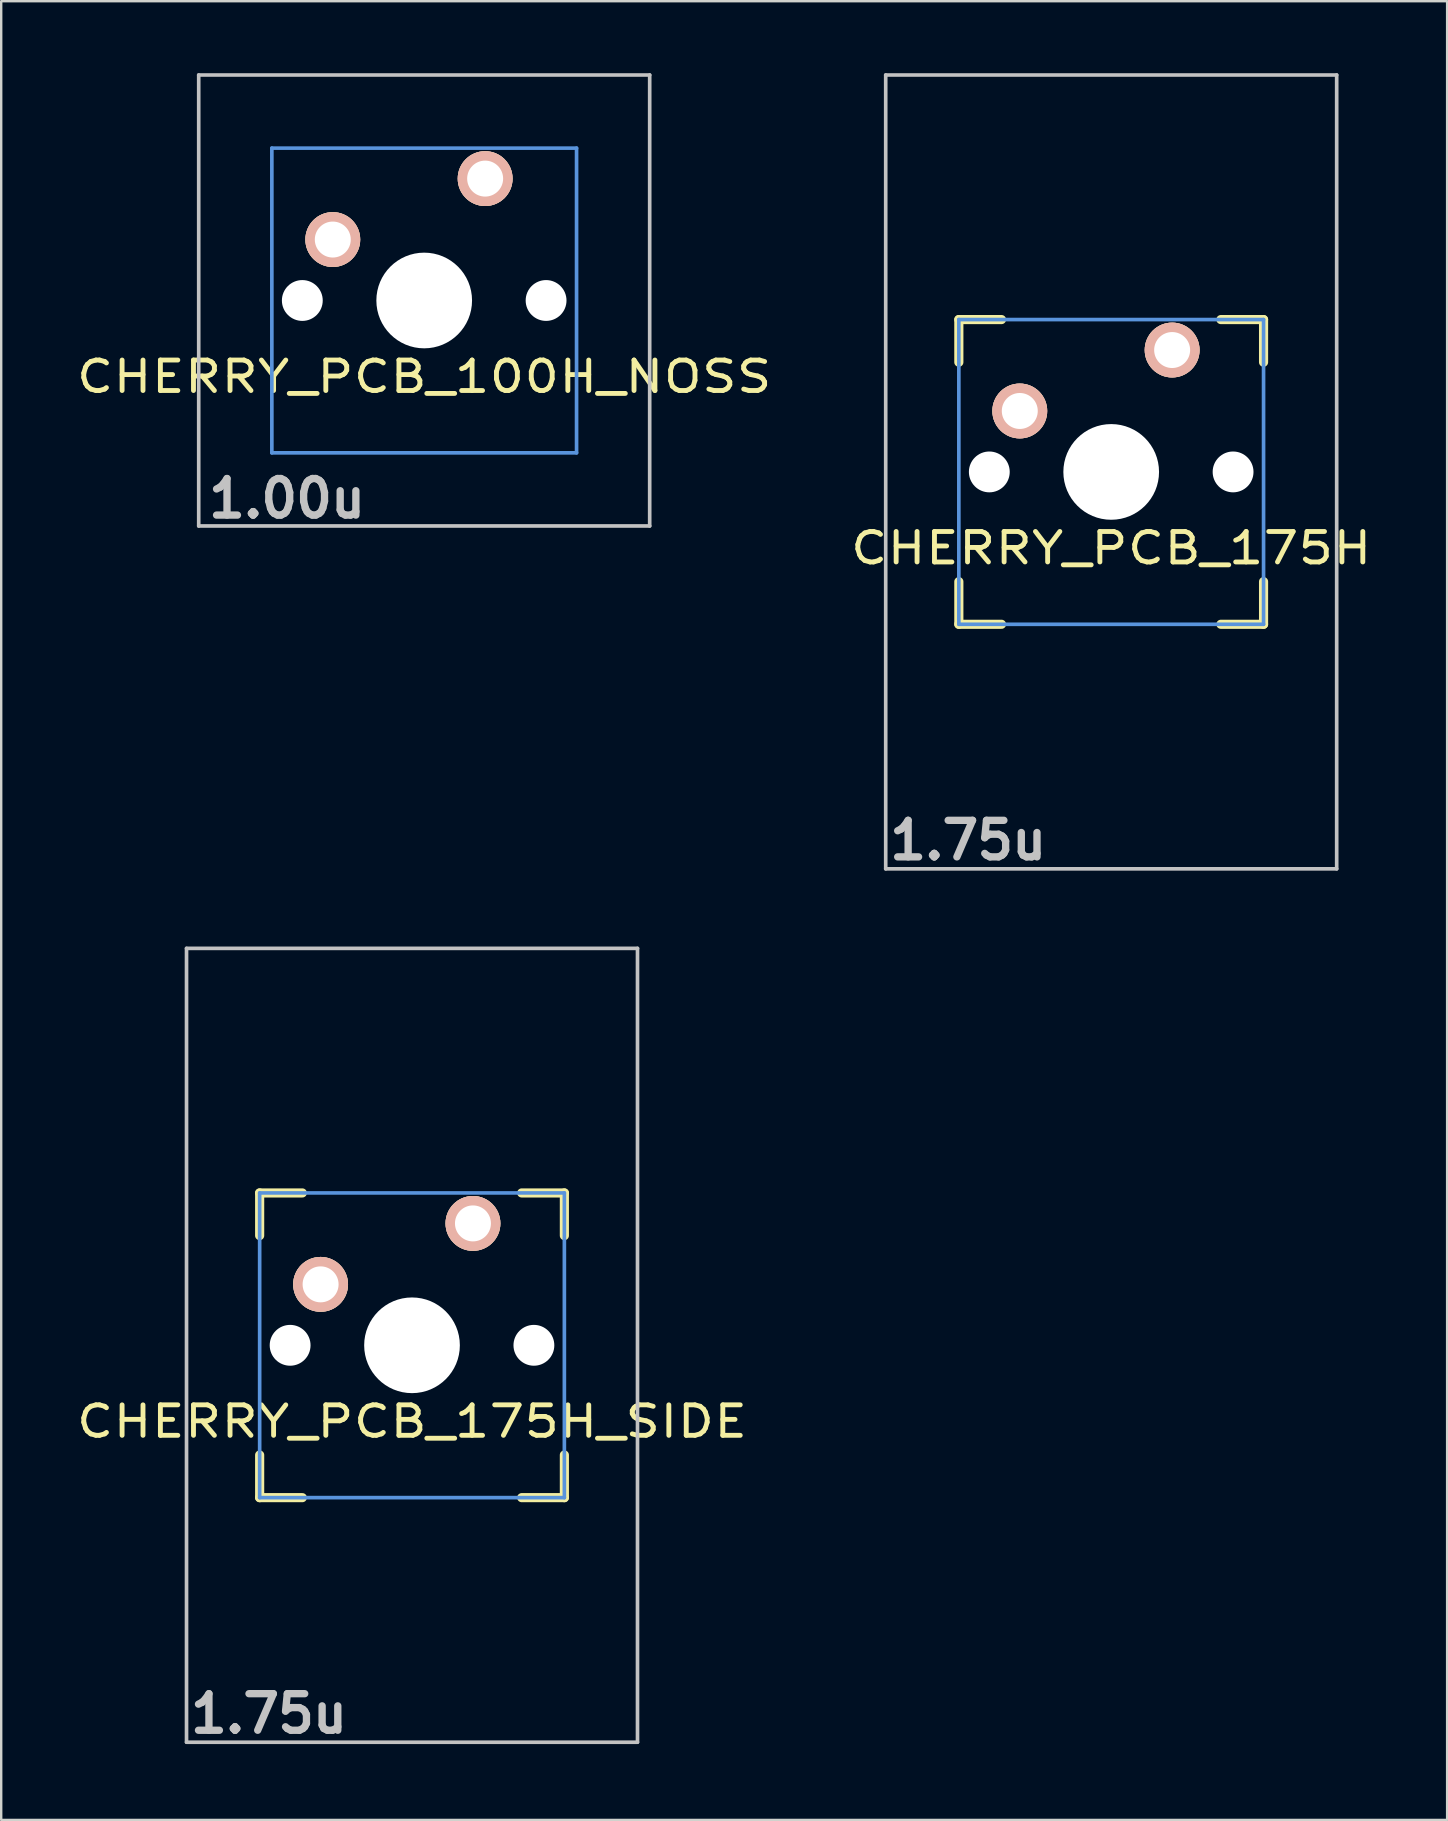
<source format=kicad_pcb>
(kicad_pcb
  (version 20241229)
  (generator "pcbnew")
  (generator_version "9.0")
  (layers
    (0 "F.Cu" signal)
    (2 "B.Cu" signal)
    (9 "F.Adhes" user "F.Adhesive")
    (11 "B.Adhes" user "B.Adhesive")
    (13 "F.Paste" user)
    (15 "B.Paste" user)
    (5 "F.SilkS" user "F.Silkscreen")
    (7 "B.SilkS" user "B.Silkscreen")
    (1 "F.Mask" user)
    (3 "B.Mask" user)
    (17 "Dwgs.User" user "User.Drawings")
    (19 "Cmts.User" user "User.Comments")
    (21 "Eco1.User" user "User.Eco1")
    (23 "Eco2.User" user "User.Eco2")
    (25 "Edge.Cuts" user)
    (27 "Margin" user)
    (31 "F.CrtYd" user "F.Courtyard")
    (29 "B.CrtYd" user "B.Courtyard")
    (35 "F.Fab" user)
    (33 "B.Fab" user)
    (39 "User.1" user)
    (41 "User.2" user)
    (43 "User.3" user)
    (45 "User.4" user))
  (footprint "CHERRY_PCB_175H"
    (layer "F.Cu")
    (at 43.263 16.619)
    (property "Reference" "CHERRY_PCB_175H" (at 0 3.175 0) (layer "F.SilkS") (effects (font (size 1.27 1.524) (thickness 0.203))))
    (attr through_hole)
    (fp_line (start -6.35 -6.35) (end -4.572 -6.35) (stroke (width 0.381) (type solid)) (layer "F.SilkS"))
    (fp_line (start -6.35 -4.572) (end -6.35 -6.35) (stroke (width 0.381) (type solid)) (layer "F.SilkS"))
    (fp_line (start -6.35 6.35) (end -6.35 4.572) (stroke (width 0.381) (type solid)) (layer "F.SilkS"))
    (fp_line (start -4.572 6.35) (end -6.35 6.35) (stroke (width 0.381) (type solid)) (layer "F.SilkS"))
    (fp_line (start 4.572 -6.35) (end 6.35 -6.35) (stroke (width 0.381) (type solid)) (layer "F.SilkS"))
    (fp_line (start 6.35 -6.35) (end 6.35 -4.572) (stroke (width 0.381) (type solid)) (layer "F.SilkS"))
    (fp_line (start 6.35 4.572) (end 6.35 6.35) (stroke (width 0.381) (type solid)) (layer "F.SilkS"))
    (fp_line (start 6.35 6.35) (end 4.572 6.35) (stroke (width 0.381) (type solid)) (layer "F.SilkS"))
    (fp_line (start -9.398 -16.543) (end 9.398 -16.543) (stroke (width 0.152) (type solid)) (layer "Dwgs.User"))
    (fp_line (start -9.398 16.543) (end -9.398 -16.543) (stroke (width 0.152) (type solid)) (layer "Dwgs.User"))
    (fp_line (start 9.398 -16.543) (end 9.398 16.543) (stroke (width 0.152) (type solid)) (layer "Dwgs.User"))
    (fp_line (start 9.398 16.543) (end -9.398 16.543) (stroke (width 0.152) (type solid)) (layer "Dwgs.User"))
    (fp_line (start -6.35 -6.35) (end 6.35 -6.35) (stroke (width 0.152) (type solid)) (layer "Cmts.User"))
    (fp_line (start -6.35 6.35) (end -6.35 -6.35) (stroke (width 0.152) (type solid)) (layer "Cmts.User"))
    (fp_line (start 6.35 -6.35) (end 6.35 6.35) (stroke (width 0.152) (type solid)) (layer "Cmts.User"))
    (fp_line (start 6.35 6.35) (end -6.35 6.35) (stroke (width 0.152) (type solid)) (layer "Cmts.User"))
    (fp_line (start -6.985 -6.985) (end 6.985 -6.985) (stroke (width 0.152) (type solid)) (layer "Eco2.User"))
    (fp_line (start -6.985 6.985) (end -6.985 -6.985) (stroke (width 0.152) (type solid)) (layer "Eco2.User"))
    (fp_line (start 6.985 -6.985) (end 6.985 6.985) (stroke (width 0.152) (type solid)) (layer "Eco2.User"))
    (fp_line (start 6.985 6.985) (end -6.985 6.985) (stroke (width 0.152) (type solid)) (layer "Eco2.User"))
    (fp_text user "1.75u" (at -5.96 15.355 0) (layer "Dwgs.User") (effects (font (size 1.524 1.524) (thickness 0.305))))
    (pad "" np_thru_hole circle (at -5.08 0) (size 1.702 1.702) (drill 1.702) (layers "*.Cu"))
    (pad "" np_thru_hole circle (at 0 0) (size 3.988 3.988) (drill 3.988) (layers "*.Cu"))
    (pad "" np_thru_hole circle (at 5.08 0) (size 1.702 1.702) (drill 1.702) (layers "*.Cu"))
    (pad "1" thru_hole circle (at 2.54 -5.08) (size 2.286 2.286) (drill 1.499) (layers "*.Cu" "*.SilkS" "*.Mask"))
    (pad "2" thru_hole circle (at -3.81 -2.54) (size 2.286 2.286) (drill 1.499) (layers "*.Cu" "*.SilkS" "*.Mask")))
  (footprint "CHERRY_PCB_175H_SIDE"
    (layer "F.Cu")
    (at 14.122 53.02)
    (property "Reference" "CHERRY_PCB_175H_SIDE" (at 0 3.175 0) (layer "F.SilkS") (effects (font (size 1.27 1.524) (thickness 0.203))))
    (attr through_hole)
    (fp_line (start -6.35 -6.35) (end -4.572 -6.35) (stroke (width 0.381) (type solid)) (layer "F.SilkS"))
    (fp_line (start -6.35 -4.572) (end -6.35 -6.35) (stroke (width 0.381) (type solid)) (layer "F.SilkS"))
    (fp_line (start -6.35 6.35) (end -6.35 4.572) (stroke (width 0.381) (type solid)) (layer "F.SilkS"))
    (fp_line (start -4.572 6.35) (end -6.35 6.35) (stroke (width 0.381) (type solid)) (layer "F.SilkS"))
    (fp_line (start 4.572 -6.35) (end 6.35 -6.35) (stroke (width 0.381) (type solid)) (layer "F.SilkS"))
    (fp_line (start 6.35 -6.35) (end 6.35 -4.572) (stroke (width 0.381) (type solid)) (layer "F.SilkS"))
    (fp_line (start 6.35 4.572) (end 6.35 6.35) (stroke (width 0.381) (type solid)) (layer "F.SilkS"))
    (fp_line (start 6.35 6.35) (end 4.572 6.35) (stroke (width 0.381) (type solid)) (layer "F.SilkS"))
    (fp_line (start -9.398 -16.543) (end 9.398 -16.543) (stroke (width 0.152) (type solid)) (layer "Dwgs.User"))
    (fp_line (start -9.398 16.543) (end -9.398 -16.543) (stroke (width 0.152) (type solid)) (layer "Dwgs.User"))
    (fp_line (start 9.398 -16.543) (end 9.398 16.543) (stroke (width 0.152) (type solid)) (layer "Dwgs.User"))
    (fp_line (start 9.398 16.543) (end -9.398 16.543) (stroke (width 0.152) (type solid)) (layer "Dwgs.User"))
    (fp_line (start -6.35 -6.35) (end 6.35 -6.35) (stroke (width 0.152) (type solid)) (layer "Cmts.User"))
    (fp_line (start -6.35 6.35) (end -6.35 -6.35) (stroke (width 0.152) (type solid)) (layer "Cmts.User"))
    (fp_line (start 6.35 -6.35) (end 6.35 6.35) (stroke (width 0.152) (type solid)) (layer "Cmts.User"))
    (fp_line (start 6.35 6.35) (end -6.35 6.35) (stroke (width 0.152) (type solid)) (layer "Cmts.User"))
    (fp_line (start -6.985 -6.985) (end 6.985 -6.985) (stroke (width 0.152) (type solid)) (layer "Eco2.User"))
    (fp_line (start -6.985 6.985) (end -6.985 -6.985) (stroke (width 0.152) (type solid)) (layer "Eco2.User"))
    (fp_line (start 6.985 -6.985) (end 6.985 6.985) (stroke (width 0.152) (type solid)) (layer "Eco2.User"))
    (fp_line (start 6.985 6.985) (end -6.985 6.985) (stroke (width 0.152) (type solid)) (layer "Eco2.User"))
    (fp_text user "1.75u" (at -5.96 15.355 0) (layer "Dwgs.User") (effects (font (size 1.524 1.524) (thickness 0.305))))
    (pad "" np_thru_hole circle (at -5.08 0) (size 1.702 1.702) (drill 1.702) (layers "*.Cu"))
    (pad "" np_thru_hole circle (at 0 0) (size 3.988 3.988) (drill 3.988) (layers "*.Cu"))
    (pad "" np_thru_hole circle (at 5.08 0) (size 1.702 1.702) (drill 1.702) (layers "*.Cu"))
    (pad "1" thru_hole circle (at 2.54 -5.08) (size 2.286 2.286) (drill 1.499) (layers "*.Cu" "*.SilkS" "*.Mask"))
    (pad "2" thru_hole circle (at -3.81 -2.54) (size 2.286 2.286) (drill 1.499) (layers "*.Cu" "*.SilkS" "*.Mask")))
  (footprint "CHERRY_PCB_100H_NOSS"
    (layer "F.Cu")
    (at 14.63 9.474)
    (property "Reference" "CHERRY_PCB_100H_NOSS" (at 0 3.175 0) (layer "F.SilkS") (effects (font (size 1.27 1.524) (thickness 0.203))))
    (attr through_hole)
    (fp_line (start -9.398 -9.398) (end 9.398 -9.398) (stroke (width 0.152) (type solid)) (layer "Dwgs.User"))
    (fp_line (start -9.398 9.398) (end -9.398 -9.398) (stroke (width 0.152) (type solid)) (layer "Dwgs.User"))
    (fp_line (start 9.398 -9.398) (end 9.398 9.398) (stroke (width 0.152) (type solid)) (layer "Dwgs.User"))
    (fp_line (start 9.398 9.398) (end -9.398 9.398) (stroke (width 0.152) (type solid)) (layer "Dwgs.User"))
    (fp_line (start -6.35 -6.35) (end 6.35 -6.35) (stroke (width 0.152) (type solid)) (layer "Cmts.User"))
    (fp_line (start -6.35 6.35) (end -6.35 -6.35) (stroke (width 0.152) (type solid)) (layer "Cmts.User"))
    (fp_line (start 6.35 -6.35) (end 6.35 6.35) (stroke (width 0.152) (type solid)) (layer "Cmts.User"))
    (fp_line (start 6.35 6.35) (end -6.35 6.35) (stroke (width 0.152) (type solid)) (layer "Cmts.User"))
    (fp_line (start -6.985 -6.985) (end 6.985 -6.985) (stroke (width 0.152) (type solid)) (layer "Eco2.User"))
    (fp_line (start -6.985 6.985) (end -6.985 -6.985) (stroke (width 0.152) (type solid)) (layer "Eco2.User"))
    (fp_line (start 6.985 -6.985) (end 6.985 6.985) (stroke (width 0.152) (type solid)) (layer "Eco2.User"))
    (fp_line (start 6.985 6.985) (end -6.985 6.985) (stroke (width 0.152) (type solid)) (layer "Eco2.User"))
    (fp_text user "1.00u" (at -5.715 8.255 0) (layer "Dwgs.User") (effects (font (size 1.524 1.524) (thickness 0.305))))
    (pad "" np_thru_hole circle (at -5.08 0) (size 1.702 1.702) (drill 1.702) (layers "*.Cu"))
    (pad "" np_thru_hole circle (at 0 0) (size 3.988 3.988) (drill 3.988) (layers "*.Cu"))
    (pad "" np_thru_hole circle (at 5.08 0) (size 1.702 1.702) (drill 1.702) (layers "*.Cu"))
    (pad "1" thru_hole circle (at 2.54 -5.08) (size 2.286 2.286) (drill 1.499) (layers "*.Cu" "*.SilkS" "*.Mask"))
    (pad "2" thru_hole circle (at -3.81 -2.54) (size 2.286 2.286) (drill 1.499) (layers "*.Cu" "*.SilkS" "*.Mask")))
  (gr_rect
    (start -3 -3)
    (end 57.264 72.801)
    (stroke (width 0.1) (type default))
    (fill no)
    (layer "Edge.Cuts")))
</source>
